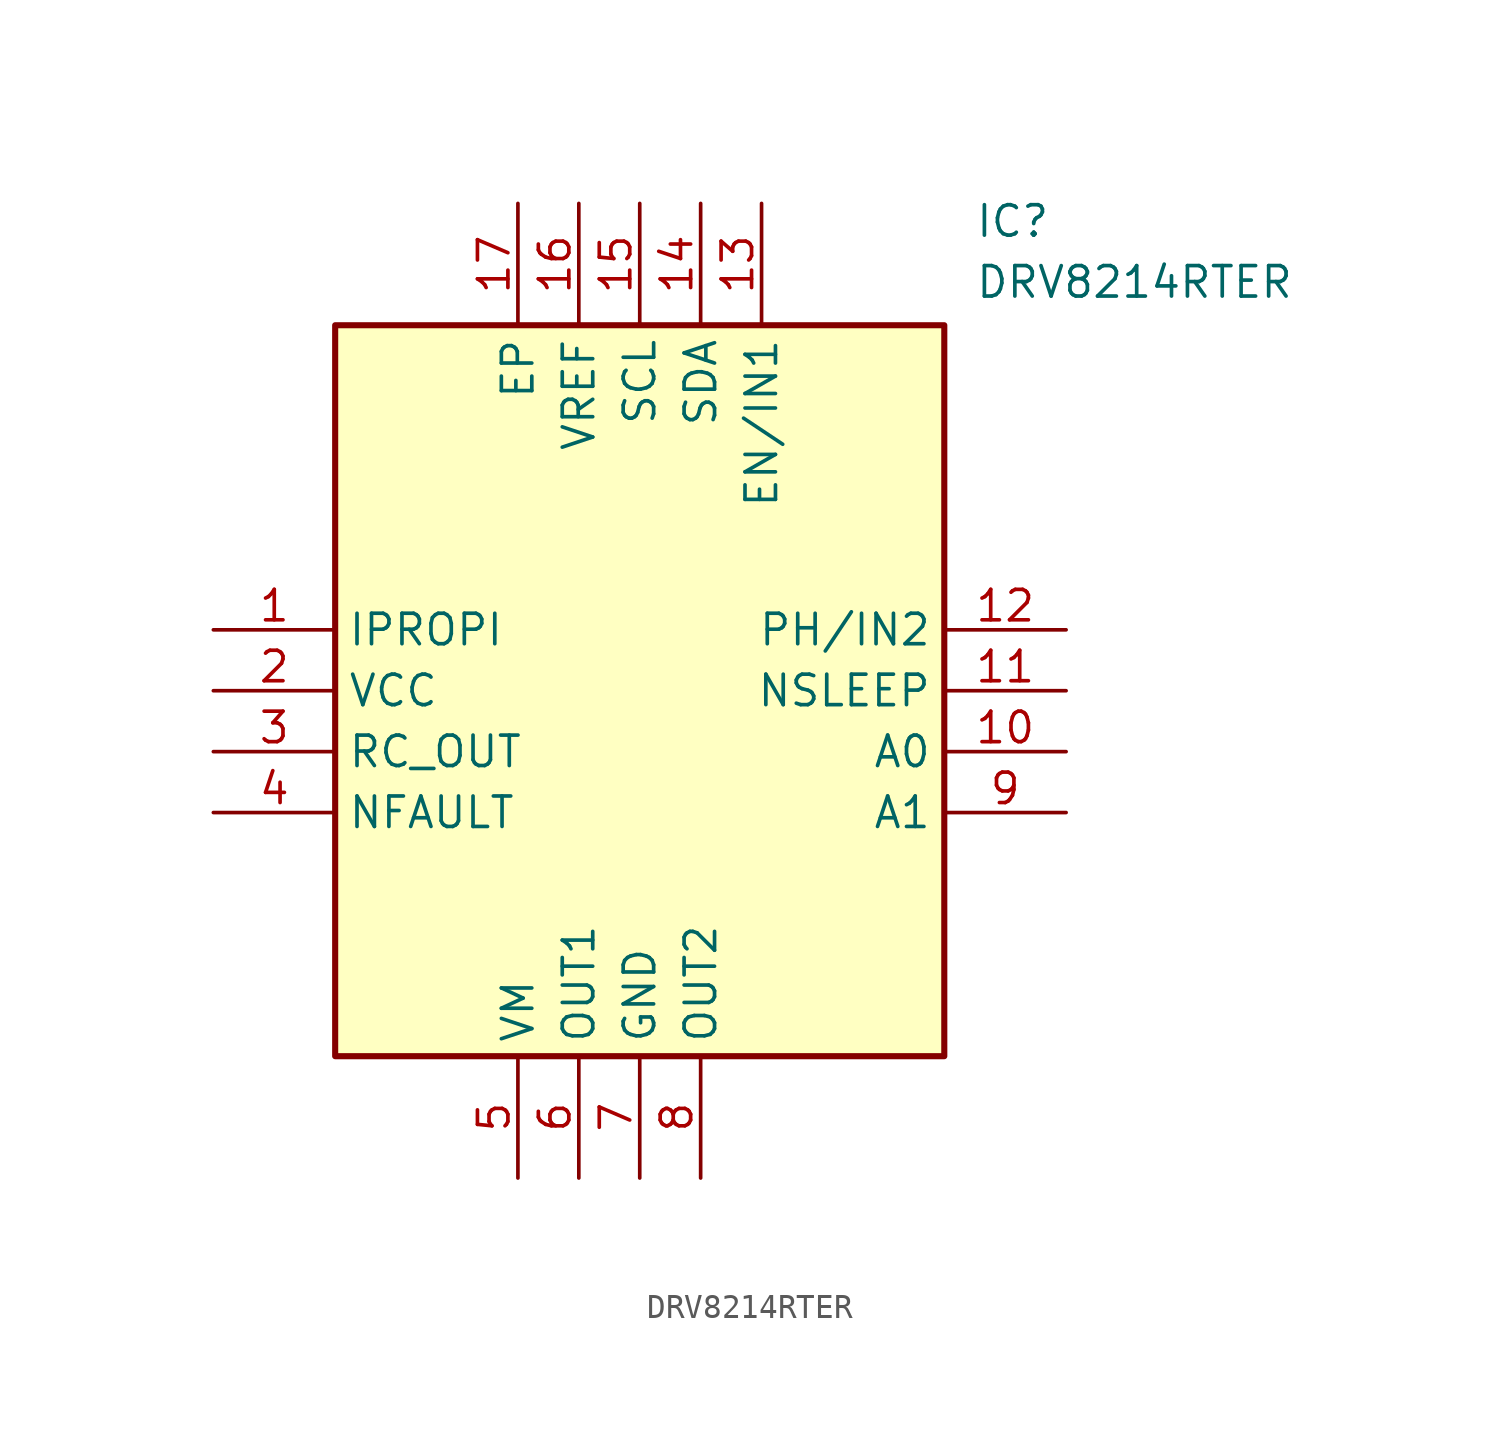
<source format=kicad_sym>
(kicad_symbol_lib
  (version 20241209)
  (generator "kicad_symbol_editor")
  (generator_version "9.0")
  (symbol "DRV8214RTER"
    (property "Reference" "IC"
      (at 31.75 17.78 0)
      (effects (font (size 1.27 1.27)) (justify left top)))
    (property "Value" "DRV8214RTER"
      (at 31.75 15.24 0)
      (effects (font (size 1.27 1.27)) (justify left top)))
    (symbol "DRV8214RTER_1_1"
      (rectangle (start 5.08 12.7) (end 30.48 -17.78) (stroke (width 0.254) (type default)) (fill (type background)))
      (pin passive line (at 0 0 0) (length 5.08) (name "IPROPI" (effects (font (size 1.27 1.27)))) (number "1" (effects (font (size 1.27 1.27)))))
      (pin passive line (at 0 -2.54 0) (length 5.08) (name "VCC" (effects (font (size 1.27 1.27)))) (number "2" (effects (font (size 1.27 1.27)))))
      (pin passive line (at 0 -5.08 0) (length 5.08) (name "RC_OUT" (effects (font (size 1.27 1.27)))) (number "3" (effects (font (size 1.27 1.27)))))
      (pin passive line (at 0 -7.62 0) (length 5.08) (name "NFAULT" (effects (font (size 1.27 1.27)))) (number "4" (effects (font (size 1.27 1.27)))))
      (pin passive line (at 12.7 17.78 270) (length 5.08) (name "EP" (effects (font (size 1.27 1.27)))) (number "17" (effects (font (size 1.27 1.27)))))
      (pin passive line (at 12.7 -22.86 90) (length 5.08) (name "VM" (effects (font (size 1.27 1.27)))) (number "5" (effects (font (size 1.27 1.27)))))
      (pin passive line (at 15.24 17.78 270) (length 5.08) (name "VREF" (effects (font (size 1.27 1.27)))) (number "16" (effects (font (size 1.27 1.27)))))
      (pin passive line (at 15.24 -22.86 90) (length 5.08) (name "OUT1" (effects (font (size 1.27 1.27)))) (number "6" (effects (font (size 1.27 1.27)))))
      (pin passive line (at 17.78 17.78 270) (length 5.08) (name "SCL" (effects (font (size 1.27 1.27)))) (number "15" (effects (font (size 1.27 1.27)))))
      (pin passive line (at 17.78 -22.86 90) (length 5.08) (name "GND" (effects (font (size 1.27 1.27)))) (number "7" (effects (font (size 1.27 1.27)))))
      (pin passive line (at 20.32 17.78 270) (length 5.08) (name "SDA" (effects (font (size 1.27 1.27)))) (number "14" (effects (font (size 1.27 1.27)))))
      (pin passive line (at 20.32 -22.86 90) (length 5.08) (name "OUT2" (effects (font (size 1.27 1.27)))) (number "8" (effects (font (size 1.27 1.27)))))
      (pin passive line (at 22.86 17.78 270) (length 5.08) (name "EN/IN1" (effects (font (size 1.27 1.27)))) (number "13" (effects (font (size 1.27 1.27)))))
      (pin passive line (at 35.56 0 180) (length 5.08) (name "PH/IN2" (effects (font (size 1.27 1.27)))) (number "12" (effects (font (size 1.27 1.27)))))
      (pin passive line (at 35.56 -2.54 180) (length 5.08) (name "NSLEEP" (effects (font (size 1.27 1.27)))) (number "11" (effects (font (size 1.27 1.27)))))
      (pin passive line (at 35.56 -5.08 180) (length 5.08) (name "A0" (effects (font (size 1.27 1.27)))) (number "10" (effects (font (size 1.27 1.27)))))
      (pin passive line (at 35.56 -7.62 180) (length 5.08) (name "A1" (effects (font (size 1.27 1.27)))) (number "9" (effects (font (size 1.27 1.27))))))))
</source>
